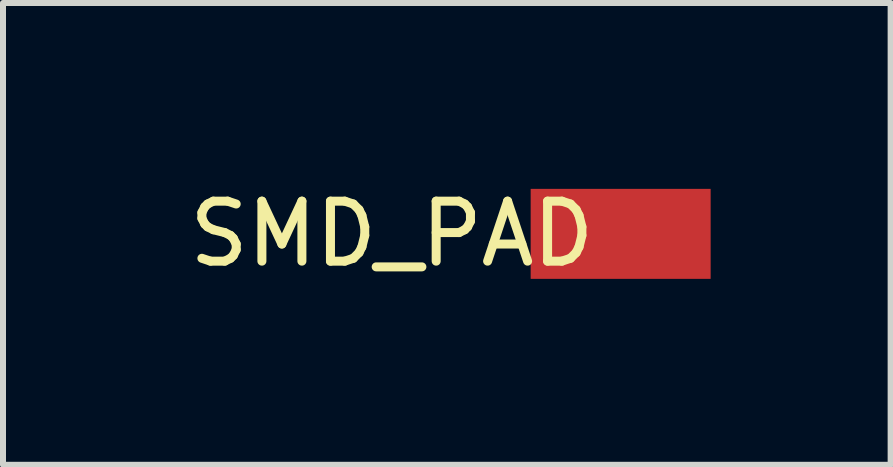
<source format=kicad_pcb>
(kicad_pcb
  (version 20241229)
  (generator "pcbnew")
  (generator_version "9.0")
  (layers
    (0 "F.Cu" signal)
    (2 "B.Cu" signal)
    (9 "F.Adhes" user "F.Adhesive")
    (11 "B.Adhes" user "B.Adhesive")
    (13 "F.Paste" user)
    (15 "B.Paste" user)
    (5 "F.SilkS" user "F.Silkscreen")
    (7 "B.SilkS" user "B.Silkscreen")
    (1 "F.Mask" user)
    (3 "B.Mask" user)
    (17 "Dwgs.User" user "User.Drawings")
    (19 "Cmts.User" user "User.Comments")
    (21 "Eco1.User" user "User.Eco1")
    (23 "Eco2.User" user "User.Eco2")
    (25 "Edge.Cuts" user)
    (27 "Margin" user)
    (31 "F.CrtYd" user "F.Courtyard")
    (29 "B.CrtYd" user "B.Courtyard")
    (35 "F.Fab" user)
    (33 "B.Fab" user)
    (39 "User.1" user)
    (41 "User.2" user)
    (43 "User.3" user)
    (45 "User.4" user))
  (footprint "SMD_PAD"
    (layer "F.Cu")
    (at 7.295 0.848)
    (property "Reference" "SMD_PAD" (at -3.813 0 0) (layer "F.SilkS") (effects (font (size 1 1) (thickness 0.15))))
    (attr through_hole)
    (pad "1" smd rect (at 0 0) (size 3 1.5) (layers "F.Cu" "F.Mask")))
  (gr_rect
    (start -3 -3)
    (end 11.795 4.697)
    (stroke (width 0.1) (type default))
    (fill no)
    (layer "Edge.Cuts")))
</source>
